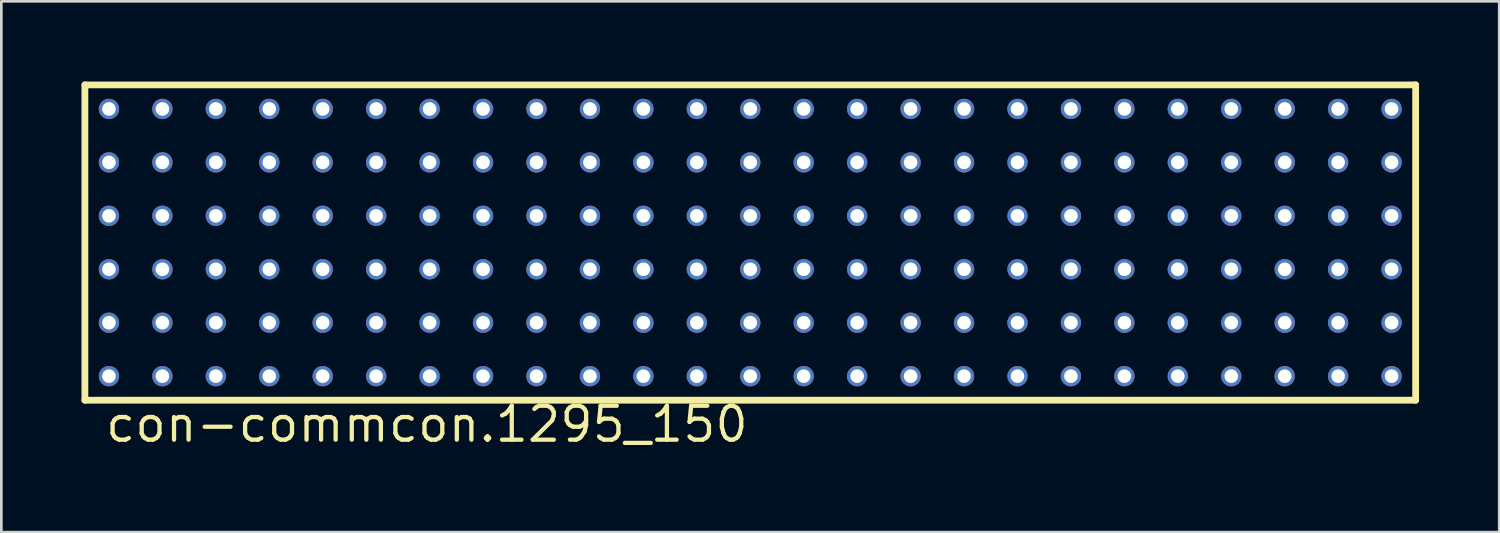
<source format=kicad_pcb>
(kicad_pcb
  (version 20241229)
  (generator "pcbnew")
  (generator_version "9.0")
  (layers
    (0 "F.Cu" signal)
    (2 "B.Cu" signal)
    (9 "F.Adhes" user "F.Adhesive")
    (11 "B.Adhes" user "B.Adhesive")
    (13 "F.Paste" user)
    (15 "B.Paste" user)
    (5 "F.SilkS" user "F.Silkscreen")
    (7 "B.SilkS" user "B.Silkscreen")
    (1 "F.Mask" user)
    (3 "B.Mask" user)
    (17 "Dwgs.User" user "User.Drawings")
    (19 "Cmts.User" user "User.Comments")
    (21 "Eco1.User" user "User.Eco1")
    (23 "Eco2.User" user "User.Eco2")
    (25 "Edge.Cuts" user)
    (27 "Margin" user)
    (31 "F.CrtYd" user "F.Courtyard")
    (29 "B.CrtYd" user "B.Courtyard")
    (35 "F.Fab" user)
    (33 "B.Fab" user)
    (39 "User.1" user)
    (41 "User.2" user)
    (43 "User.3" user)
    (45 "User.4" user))
  (footprint "con-commcon.1295_150"
    (layer "F.Cu")
    (at 25.027 6.027)
    (property "Reference" "con-commcon.1295_150" (at -24.21 7.54 0) (layer "F.SilkS") (effects (font (size 1.27 1.27) (thickness 0.16)) (justify left bottom)))
    (attr through_hole)
    (fp_line (start -24.9 -5.9) (end -24.9 5.9) (stroke (width 0.254) (type default)) (layer "F.SilkS"))
    (fp_line (start -24.9 5.9) (end 24.9 5.9) (stroke (width 0.254) (type default)) (layer "F.SilkS"))
    (fp_line (start 24.9 -5.9) (end -24.9 -5.9) (stroke (width 0.254) (type default)) (layer "F.SilkS"))
    (fp_line (start 24.9 5.9) (end 24.9 -5.9) (stroke (width 0.254) (type default)) (layer "F.SilkS"))
    (pad "A1" thru_hole circle (at -24 5) (size 0.762 0.762) (drill 0.508) (layers "*.Cu" "*.Mask"))
    (pad "A2" thru_hole circle (at -22 5) (size 0.762 0.762) (drill 0.508) (layers "*.Cu" "*.Mask"))
    (pad "A3" thru_hole circle (at -20 5) (size 0.762 0.762) (drill 0.508) (layers "*.Cu" "*.Mask"))
    (pad "A4" thru_hole circle (at -18 5) (size 0.762 0.762) (drill 0.508) (layers "*.Cu" "*.Mask"))
    (pad "A5" thru_hole circle (at -16 5) (size 0.762 0.762) (drill 0.508) (layers "*.Cu" "*.Mask"))
    (pad "A6" thru_hole circle (at -14 5) (size 0.762 0.762) (drill 0.508) (layers "*.Cu" "*.Mask"))
    (pad "A7" thru_hole circle (at -12 5) (size 0.762 0.762) (drill 0.508) (layers "*.Cu" "*.Mask"))
    (pad "A8" thru_hole circle (at -10 5) (size 0.762 0.762) (drill 0.508) (layers "*.Cu" "*.Mask"))
    (pad "A9" thru_hole circle (at -8 5) (size 0.762 0.762) (drill 0.508) (layers "*.Cu" "*.Mask"))
    (pad "A10" thru_hole circle (at -6 5) (size 0.762 0.762) (drill 0.508) (layers "*.Cu" "*.Mask"))
    (pad "A11" thru_hole circle (at -4 5) (size 0.762 0.762) (drill 0.508) (layers "*.Cu" "*.Mask"))
    (pad "A12" thru_hole circle (at -2 5) (size 0.762 0.762) (drill 0.508) (layers "*.Cu" "*.Mask"))
    (pad "A13" thru_hole circle (at 0 5) (size 0.762 0.762) (drill 0.508) (layers "*.Cu" "*.Mask"))
    (pad "A14" thru_hole circle (at 2 5) (size 0.762 0.762) (drill 0.508) (layers "*.Cu" "*.Mask"))
    (pad "A15" thru_hole circle (at 4 5) (size 0.762 0.762) (drill 0.508) (layers "*.Cu" "*.Mask"))
    (pad "A16" thru_hole circle (at 6 5) (size 0.762 0.762) (drill 0.508) (layers "*.Cu" "*.Mask"))
    (pad "A17" thru_hole circle (at 8 5) (size 0.762 0.762) (drill 0.508) (layers "*.Cu" "*.Mask"))
    (pad "A18" thru_hole circle (at 10 5) (size 0.762 0.762) (drill 0.508) (layers "*.Cu" "*.Mask"))
    (pad "A19" thru_hole circle (at 12 5) (size 0.762 0.762) (drill 0.508) (layers "*.Cu" "*.Mask"))
    (pad "A20" thru_hole circle (at 14 5) (size 0.762 0.762) (drill 0.508) (layers "*.Cu" "*.Mask"))
    (pad "A21" thru_hole circle (at 16 5) (size 0.762 0.762) (drill 0.508) (layers "*.Cu" "*.Mask"))
    (pad "A22" thru_hole circle (at 18 5) (size 0.762 0.762) (drill 0.508) (layers "*.Cu" "*.Mask"))
    (pad "A23" thru_hole circle (at 20 5) (size 0.762 0.762) (drill 0.508) (layers "*.Cu" "*.Mask"))
    (pad "A24" thru_hole circle (at 22 5) (size 0.762 0.762) (drill 0.508) (layers "*.Cu" "*.Mask"))
    (pad "A25" thru_hole circle (at 24 5) (size 0.762 0.762) (drill 0.508) (layers "*.Cu" "*.Mask"))
    (pad "B1" thru_hole circle (at -24 3) (size 0.762 0.762) (drill 0.508) (layers "*.Cu" "*.Mask"))
    (pad "B2" thru_hole circle (at -22 3) (size 0.762 0.762) (drill 0.508) (layers "*.Cu" "*.Mask"))
    (pad "B3" thru_hole circle (at -20 3) (size 0.762 0.762) (drill 0.508) (layers "*.Cu" "*.Mask"))
    (pad "B4" thru_hole circle (at -18 3) (size 0.762 0.762) (drill 0.508) (layers "*.Cu" "*.Mask"))
    (pad "B5" thru_hole circle (at -16 3) (size 0.762 0.762) (drill 0.508) (layers "*.Cu" "*.Mask"))
    (pad "B6" thru_hole circle (at -14 3) (size 0.762 0.762) (drill 0.508) (layers "*.Cu" "*.Mask"))
    (pad "B7" thru_hole circle (at -12 3) (size 0.762 0.762) (drill 0.508) (layers "*.Cu" "*.Mask"))
    (pad "B8" thru_hole circle (at -10 3) (size 0.762 0.762) (drill 0.508) (layers "*.Cu" "*.Mask"))
    (pad "B9" thru_hole circle (at -8 3) (size 0.762 0.762) (drill 0.508) (layers "*.Cu" "*.Mask"))
    (pad "B10" thru_hole circle (at -6 3) (size 0.762 0.762) (drill 0.508) (layers "*.Cu" "*.Mask"))
    (pad "B11" thru_hole circle (at -4 3) (size 0.762 0.762) (drill 0.508) (layers "*.Cu" "*.Mask"))
    (pad "B12" thru_hole circle (at -2 3) (size 0.762 0.762) (drill 0.508) (layers "*.Cu" "*.Mask"))
    (pad "B13" thru_hole circle (at 0 3) (size 0.762 0.762) (drill 0.508) (layers "*.Cu" "*.Mask"))
    (pad "B14" thru_hole circle (at 2 3) (size 0.762 0.762) (drill 0.508) (layers "*.Cu" "*.Mask"))
    (pad "B15" thru_hole circle (at 4 3) (size 0.762 0.762) (drill 0.508) (layers "*.Cu" "*.Mask"))
    (pad "B16" thru_hole circle (at 6 3) (size 0.762 0.762) (drill 0.508) (layers "*.Cu" "*.Mask"))
    (pad "B17" thru_hole circle (at 8 3) (size 0.762 0.762) (drill 0.508) (layers "*.Cu" "*.Mask"))
    (pad "B18" thru_hole circle (at 10 3) (size 0.762 0.762) (drill 0.508) (layers "*.Cu" "*.Mask"))
    (pad "B19" thru_hole circle (at 12 3) (size 0.762 0.762) (drill 0.508) (layers "*.Cu" "*.Mask"))
    (pad "B20" thru_hole circle (at 14 3) (size 0.762 0.762) (drill 0.508) (layers "*.Cu" "*.Mask"))
    (pad "B21" thru_hole circle (at 16 3) (size 0.762 0.762) (drill 0.508) (layers "*.Cu" "*.Mask"))
    (pad "B22" thru_hole circle (at 18 3) (size 0.762 0.762) (drill 0.508) (layers "*.Cu" "*.Mask"))
    (pad "B23" thru_hole circle (at 20 3) (size 0.762 0.762) (drill 0.508) (layers "*.Cu" "*.Mask"))
    (pad "B24" thru_hole circle (at 22 3) (size 0.762 0.762) (drill 0.508) (layers "*.Cu" "*.Mask"))
    (pad "B25" thru_hole circle (at 24 3) (size 0.762 0.762) (drill 0.508) (layers "*.Cu" "*.Mask"))
    (pad "C1" thru_hole circle (at -24 1) (size 0.762 0.762) (drill 0.508) (layers "*.Cu" "*.Mask"))
    (pad "C2" thru_hole circle (at -22 1) (size 0.762 0.762) (drill 0.508) (layers "*.Cu" "*.Mask"))
    (pad "C3" thru_hole circle (at -20 1) (size 0.762 0.762) (drill 0.508) (layers "*.Cu" "*.Mask"))
    (pad "C4" thru_hole circle (at -18 1) (size 0.762 0.762) (drill 0.508) (layers "*.Cu" "*.Mask"))
    (pad "C5" thru_hole circle (at -16 1) (size 0.762 0.762) (drill 0.508) (layers "*.Cu" "*.Mask"))
    (pad "C6" thru_hole circle (at -14 1) (size 0.762 0.762) (drill 0.508) (layers "*.Cu" "*.Mask"))
    (pad "C7" thru_hole circle (at -12 1) (size 0.762 0.762) (drill 0.508) (layers "*.Cu" "*.Mask"))
    (pad "C8" thru_hole circle (at -10 1) (size 0.762 0.762) (drill 0.508) (layers "*.Cu" "*.Mask"))
    (pad "C9" thru_hole circle (at -8 1) (size 0.762 0.762) (drill 0.508) (layers "*.Cu" "*.Mask"))
    (pad "C10" thru_hole circle (at -6 1) (size 0.762 0.762) (drill 0.508) (layers "*.Cu" "*.Mask"))
    (pad "C11" thru_hole circle (at -4 1) (size 0.762 0.762) (drill 0.508) (layers "*.Cu" "*.Mask"))
    (pad "C12" thru_hole circle (at -2 1) (size 0.762 0.762) (drill 0.508) (layers "*.Cu" "*.Mask"))
    (pad "C13" thru_hole circle (at 0 1) (size 0.762 0.762) (drill 0.508) (layers "*.Cu" "*.Mask"))
    (pad "C14" thru_hole circle (at 2 1) (size 0.762 0.762) (drill 0.508) (layers "*.Cu" "*.Mask"))
    (pad "C15" thru_hole circle (at 4 1) (size 0.762 0.762) (drill 0.508) (layers "*.Cu" "*.Mask"))
    (pad "C16" thru_hole circle (at 6 1) (size 0.762 0.762) (drill 0.508) (layers "*.Cu" "*.Mask"))
    (pad "C17" thru_hole circle (at 8 1) (size 0.762 0.762) (drill 0.508) (layers "*.Cu" "*.Mask"))
    (pad "C18" thru_hole circle (at 10 1) (size 0.762 0.762) (drill 0.508) (layers "*.Cu" "*.Mask"))
    (pad "C19" thru_hole circle (at 12 1) (size 0.762 0.762) (drill 0.508) (layers "*.Cu" "*.Mask"))
    (pad "C20" thru_hole circle (at 14 1) (size 0.762 0.762) (drill 0.508) (layers "*.Cu" "*.Mask"))
    (pad "C21" thru_hole circle (at 16 1) (size 0.762 0.762) (drill 0.508) (layers "*.Cu" "*.Mask"))
    (pad "C22" thru_hole circle (at 18 1) (size 0.762 0.762) (drill 0.508) (layers "*.Cu" "*.Mask"))
    (pad "C23" thru_hole circle (at 20 1) (size 0.762 0.762) (drill 0.508) (layers "*.Cu" "*.Mask"))
    (pad "C24" thru_hole circle (at 22 1) (size 0.762 0.762) (drill 0.508) (layers "*.Cu" "*.Mask"))
    (pad "C25" thru_hole circle (at 24 1) (size 0.762 0.762) (drill 0.508) (layers "*.Cu" "*.Mask"))
    (pad "D1" thru_hole circle (at -24 -1) (size 0.762 0.762) (drill 0.508) (layers "*.Cu" "*.Mask"))
    (pad "D2" thru_hole circle (at -22 -1) (size 0.762 0.762) (drill 0.508) (layers "*.Cu" "*.Mask"))
    (pad "D3" thru_hole circle (at -20 -1) (size 0.762 0.762) (drill 0.508) (layers "*.Cu" "*.Mask"))
    (pad "D4" thru_hole circle (at -18 -1) (size 0.762 0.762) (drill 0.508) (layers "*.Cu" "*.Mask"))
    (pad "D5" thru_hole circle (at -16 -1) (size 0.762 0.762) (drill 0.508) (layers "*.Cu" "*.Mask"))
    (pad "D6" thru_hole circle (at -14 -1) (size 0.762 0.762) (drill 0.508) (layers "*.Cu" "*.Mask"))
    (pad "D7" thru_hole circle (at -12 -1) (size 0.762 0.762) (drill 0.508) (layers "*.Cu" "*.Mask"))
    (pad "D8" thru_hole circle (at -10 -1) (size 0.762 0.762) (drill 0.508) (layers "*.Cu" "*.Mask"))
    (pad "D9" thru_hole circle (at -8 -1) (size 0.762 0.762) (drill 0.508) (layers "*.Cu" "*.Mask"))
    (pad "D10" thru_hole circle (at -6 -1) (size 0.762 0.762) (drill 0.508) (layers "*.Cu" "*.Mask"))
    (pad "D11" thru_hole circle (at -4 -1) (size 0.762 0.762) (drill 0.508) (layers "*.Cu" "*.Mask"))
    (pad "D12" thru_hole circle (at -2 -1) (size 0.762 0.762) (drill 0.508) (layers "*.Cu" "*.Mask"))
    (pad "D13" thru_hole circle (at 0 -1) (size 0.762 0.762) (drill 0.508) (layers "*.Cu" "*.Mask"))
    (pad "D14" thru_hole circle (at 2 -1) (size 0.762 0.762) (drill 0.508) (layers "*.Cu" "*.Mask"))
    (pad "D15" thru_hole circle (at 4 -1) (size 0.762 0.762) (drill 0.508) (layers "*.Cu" "*.Mask"))
    (pad "D16" thru_hole circle (at 6 -1) (size 0.762 0.762) (drill 0.508) (layers "*.Cu" "*.Mask"))
    (pad "D17" thru_hole circle (at 8 -1) (size 0.762 0.762) (drill 0.508) (layers "*.Cu" "*.Mask"))
    (pad "D18" thru_hole circle (at 10 -1) (size 0.762 0.762) (drill 0.508) (layers "*.Cu" "*.Mask"))
    (pad "D19" thru_hole circle (at 12 -1) (size 0.762 0.762) (drill 0.508) (layers "*.Cu" "*.Mask"))
    (pad "D20" thru_hole circle (at 14 -1) (size 0.762 0.762) (drill 0.508) (layers "*.Cu" "*.Mask"))
    (pad "D21" thru_hole circle (at 16 -1) (size 0.762 0.762) (drill 0.508) (layers "*.Cu" "*.Mask"))
    (pad "D22" thru_hole circle (at 18 -1) (size 0.762 0.762) (drill 0.508) (layers "*.Cu" "*.Mask"))
    (pad "D23" thru_hole circle (at 20 -1) (size 0.762 0.762) (drill 0.508) (layers "*.Cu" "*.Mask"))
    (pad "D24" thru_hole circle (at 22 -1) (size 0.762 0.762) (drill 0.508) (layers "*.Cu" "*.Mask"))
    (pad "D25" thru_hole circle (at 24 -1) (size 0.762 0.762) (drill 0.508) (layers "*.Cu" "*.Mask"))
    (pad "E1" thru_hole circle (at -24 -3) (size 0.762 0.762) (drill 0.508) (layers "*.Cu" "*.Mask"))
    (pad "E2" thru_hole circle (at -22 -3) (size 0.762 0.762) (drill 0.508) (layers "*.Cu" "*.Mask"))
    (pad "E3" thru_hole circle (at -20 -3) (size 0.762 0.762) (drill 0.508) (layers "*.Cu" "*.Mask"))
    (pad "E4" thru_hole circle (at -18 -3) (size 0.762 0.762) (drill 0.508) (layers "*.Cu" "*.Mask"))
    (pad "E5" thru_hole circle (at -16 -3) (size 0.762 0.762) (drill 0.508) (layers "*.Cu" "*.Mask"))
    (pad "E6" thru_hole circle (at -14 -3) (size 0.762 0.762) (drill 0.508) (layers "*.Cu" "*.Mask"))
    (pad "E7" thru_hole circle (at -12 -3) (size 0.762 0.762) (drill 0.508) (layers "*.Cu" "*.Mask"))
    (pad "E8" thru_hole circle (at -10 -3) (size 0.762 0.762) (drill 0.508) (layers "*.Cu" "*.Mask"))
    (pad "E9" thru_hole circle (at -8 -3) (size 0.762 0.762) (drill 0.508) (layers "*.Cu" "*.Mask"))
    (pad "E10" thru_hole circle (at -6 -3) (size 0.762 0.762) (drill 0.508) (layers "*.Cu" "*.Mask"))
    (pad "E11" thru_hole circle (at -4 -3) (size 0.762 0.762) (drill 0.508) (layers "*.Cu" "*.Mask"))
    (pad "E12" thru_hole circle (at -2 -3) (size 0.762 0.762) (drill 0.508) (layers "*.Cu" "*.Mask"))
    (pad "E13" thru_hole circle (at 0 -3) (size 0.762 0.762) (drill 0.508) (layers "*.Cu" "*.Mask"))
    (pad "E14" thru_hole circle (at 2 -3) (size 0.762 0.762) (drill 0.508) (layers "*.Cu" "*.Mask"))
    (pad "E15" thru_hole circle (at 4 -3) (size 0.762 0.762) (drill 0.508) (layers "*.Cu" "*.Mask"))
    (pad "E16" thru_hole circle (at 6 -3) (size 0.762 0.762) (drill 0.508) (layers "*.Cu" "*.Mask"))
    (pad "E17" thru_hole circle (at 8 -3) (size 0.762 0.762) (drill 0.508) (layers "*.Cu" "*.Mask"))
    (pad "E18" thru_hole circle (at 10 -3) (size 0.762 0.762) (drill 0.508) (layers "*.Cu" "*.Mask"))
    (pad "E19" thru_hole circle (at 12 -3) (size 0.762 0.762) (drill 0.508) (layers "*.Cu" "*.Mask"))
    (pad "E20" thru_hole circle (at 14 -3) (size 0.762 0.762) (drill 0.508) (layers "*.Cu" "*.Mask"))
    (pad "E21" thru_hole circle (at 16 -3) (size 0.762 0.762) (drill 0.508) (layers "*.Cu" "*.Mask"))
    (pad "E22" thru_hole circle (at 18 -3) (size 0.762 0.762) (drill 0.508) (layers "*.Cu" "*.Mask"))
    (pad "E23" thru_hole circle (at 20 -3) (size 0.762 0.762) (drill 0.508) (layers "*.Cu" "*.Mask"))
    (pad "E24" thru_hole circle (at 22 -3) (size 0.762 0.762) (drill 0.508) (layers "*.Cu" "*.Mask"))
    (pad "E25" thru_hole circle (at 24 -3) (size 0.762 0.762) (drill 0.508) (layers "*.Cu" "*.Mask"))
    (pad "F1" thru_hole circle (at -24 -5) (size 0.762 0.762) (drill 0.508) (layers "*.Cu" "*.Mask"))
    (pad "F2" thru_hole circle (at -22 -5) (size 0.762 0.762) (drill 0.508) (layers "*.Cu" "*.Mask"))
    (pad "F3" thru_hole circle (at -20 -5) (size 0.762 0.762) (drill 0.508) (layers "*.Cu" "*.Mask"))
    (pad "F4" thru_hole circle (at -18 -5) (size 0.762 0.762) (drill 0.508) (layers "*.Cu" "*.Mask"))
    (pad "F5" thru_hole circle (at -16 -5) (size 0.762 0.762) (drill 0.508) (layers "*.Cu" "*.Mask"))
    (pad "F6" thru_hole circle (at -14 -5) (size 0.762 0.762) (drill 0.508) (layers "*.Cu" "*.Mask"))
    (pad "F7" thru_hole circle (at -12 -5) (size 0.762 0.762) (drill 0.508) (layers "*.Cu" "*.Mask"))
    (pad "F8" thru_hole circle (at -10 -5) (size 0.762 0.762) (drill 0.508) (layers "*.Cu" "*.Mask"))
    (pad "F9" thru_hole circle (at -8 -5) (size 0.762 0.762) (drill 0.508) (layers "*.Cu" "*.Mask"))
    (pad "F10" thru_hole circle (at -6 -5) (size 0.762 0.762) (drill 0.508) (layers "*.Cu" "*.Mask"))
    (pad "F11" thru_hole circle (at -4 -5) (size 0.762 0.762) (drill 0.508) (layers "*.Cu" "*.Mask"))
    (pad "F12" thru_hole circle (at -2 -5) (size 0.762 0.762) (drill 0.508) (layers "*.Cu" "*.Mask"))
    (pad "F13" thru_hole circle (at 0 -5) (size 0.762 0.762) (drill 0.508) (layers "*.Cu" "*.Mask"))
    (pad "F14" thru_hole circle (at 2 -5) (size 0.762 0.762) (drill 0.508) (layers "*.Cu" "*.Mask"))
    (pad "F15" thru_hole circle (at 4 -5) (size 0.762 0.762) (drill 0.508) (layers "*.Cu" "*.Mask"))
    (pad "F16" thru_hole circle (at 6 -5) (size 0.762 0.762) (drill 0.508) (layers "*.Cu" "*.Mask"))
    (pad "F17" thru_hole circle (at 8 -5) (size 0.762 0.762) (drill 0.508) (layers "*.Cu" "*.Mask"))
    (pad "F18" thru_hole circle (at 10 -5) (size 0.762 0.762) (drill 0.508) (layers "*.Cu" "*.Mask"))
    (pad "F19" thru_hole circle (at 12 -5) (size 0.762 0.762) (drill 0.508) (layers "*.Cu" "*.Mask"))
    (pad "F20" thru_hole circle (at 14 -5) (size 0.762 0.762) (drill 0.508) (layers "*.Cu" "*.Mask"))
    (pad "F21" thru_hole circle (at 16 -5) (size 0.762 0.762) (drill 0.508) (layers "*.Cu" "*.Mask"))
    (pad "F22" thru_hole circle (at 18 -5) (size 0.762 0.762) (drill 0.508) (layers "*.Cu" "*.Mask"))
    (pad "F23" thru_hole circle (at 20 -5) (size 0.762 0.762) (drill 0.508) (layers "*.Cu" "*.Mask"))
    (pad "F24" thru_hole circle (at 22 -5) (size 0.762 0.762) (drill 0.508) (layers "*.Cu" "*.Mask"))
    (pad "F25" thru_hole circle (at 24 -5) (size 0.762 0.762) (drill 0.508) (layers "*.Cu" "*.Mask")))
  (gr_rect
    (start -3 -3)
    (end 53.054 16.864)
    (stroke (width 0.1) (type default))
    (fill no)
    (layer "Edge.Cuts")))
</source>
